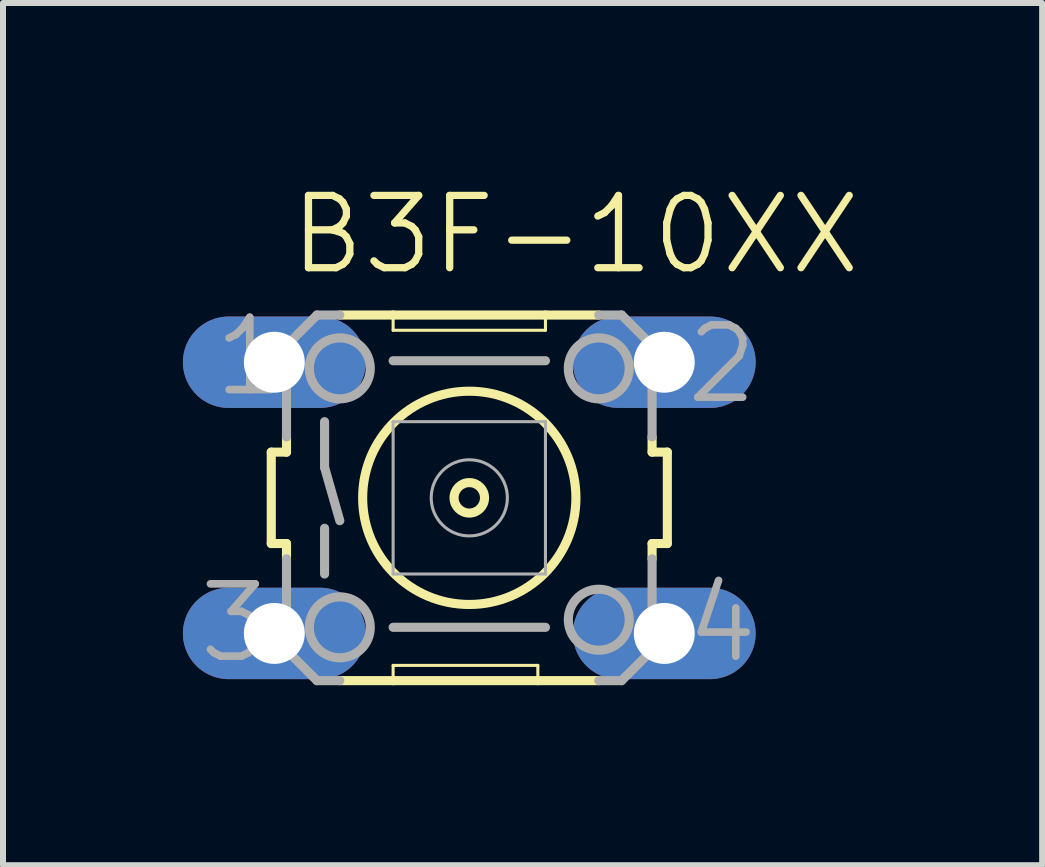
<source format=kicad_pcb>
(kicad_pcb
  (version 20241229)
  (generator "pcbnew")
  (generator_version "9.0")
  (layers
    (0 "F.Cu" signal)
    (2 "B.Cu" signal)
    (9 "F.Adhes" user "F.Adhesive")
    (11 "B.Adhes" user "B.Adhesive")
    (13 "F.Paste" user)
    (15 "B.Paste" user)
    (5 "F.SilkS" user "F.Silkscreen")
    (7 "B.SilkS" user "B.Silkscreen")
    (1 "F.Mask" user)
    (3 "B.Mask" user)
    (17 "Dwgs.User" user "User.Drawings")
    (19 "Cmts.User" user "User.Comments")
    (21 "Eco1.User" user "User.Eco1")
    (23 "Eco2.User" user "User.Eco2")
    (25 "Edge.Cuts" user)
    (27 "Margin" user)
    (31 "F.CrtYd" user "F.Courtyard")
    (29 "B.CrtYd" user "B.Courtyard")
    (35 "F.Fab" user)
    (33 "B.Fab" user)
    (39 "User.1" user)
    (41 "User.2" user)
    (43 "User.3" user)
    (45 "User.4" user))
  (footprint "B3F-10XX"
    (layer "F.Cu")
    (at 4.775 5.251)
    (property "Reference" "B3F-10XX" (at -3.048 -3.683 0) (layer "F.SilkS") (effects (font (size 1.206 1.206) (thickness 0.121)) (justify left bottom)))
    (attr through_hole)
    (fp_line (start -3.302 -0.762) (end -3.302 0.762) (stroke (width 0.152) (type solid)) (layer "F.SilkS"))
    (fp_line (start -3.302 -0.762) (end -3.048 -0.762) (stroke (width 0.152) (type solid)) (layer "F.SilkS"))
    (fp_line (start -3.048 -0.762) (end -3.048 -1.016) (stroke (width 0.152) (type solid)) (layer "F.SilkS"))
    (fp_line (start -3.048 0.762) (end -3.302 0.762) (stroke (width 0.152) (type solid)) (layer "F.SilkS"))
    (fp_line (start -3.048 0.762) (end -3.048 1.016) (stroke (width 0.152) (type solid)) (layer "F.SilkS"))
    (fp_line (start -2.159 3.048) (end -1.27 3.048) (stroke (width 0.152) (type solid)) (layer "F.SilkS"))
    (fp_line (start -1.27 -3.048) (end -2.159 -3.048) (stroke (width 0.152) (type solid)) (layer "F.SilkS"))
    (fp_line (start -1.27 -3.048) (end -1.27 -2.794) (stroke (width 0.051) (type solid)) (layer "F.SilkS"))
    (fp_line (start -1.27 2.794) (end -1.27 3.048) (stroke (width 0.051) (type solid)) (layer "F.SilkS"))
    (fp_line (start -1.27 3.048) (end 1.143 3.048) (stroke (width 0.152) (type solid)) (layer "F.SilkS"))
    (fp_line (start 1.143 2.794) (end -1.27 2.794) (stroke (width 0.051) (type solid)) (layer "F.SilkS"))
    (fp_line (start 1.143 2.794) (end 1.143 3.048) (stroke (width 0.051) (type solid)) (layer "F.SilkS"))
    (fp_line (start 1.143 3.048) (end 2.159 3.048) (stroke (width 0.152) (type solid)) (layer "F.SilkS"))
    (fp_line (start 1.27 -3.048) (end -1.27 -3.048) (stroke (width 0.152) (type solid)) (layer "F.SilkS"))
    (fp_line (start 1.27 -2.794) (end -1.27 -2.794) (stroke (width 0.051) (type solid)) (layer "F.SilkS"))
    (fp_line (start 1.27 -2.794) (end 1.27 -3.048) (stroke (width 0.051) (type solid)) (layer "F.SilkS"))
    (fp_line (start 2.159 -3.048) (end 1.27 -3.048) (stroke (width 0.152) (type solid)) (layer "F.SilkS"))
    (fp_line (start 3.048 -0.762) (end 3.048 -1.016) (stroke (width 0.152) (type solid)) (layer "F.SilkS"))
    (fp_line (start 3.048 -0.762) (end 3.302 -0.762) (stroke (width 0.152) (type solid)) (layer "F.SilkS"))
    (fp_line (start 3.048 0.762) (end 3.048 1.016) (stroke (width 0.152) (type solid)) (layer "F.SilkS"))
    (fp_line (start 3.302 0.762) (end 3.048 0.762) (stroke (width 0.152) (type solid)) (layer "F.SilkS"))
    (fp_line (start 3.302 0.762) (end 3.302 -0.762) (stroke (width 0.152) (type solid)) (layer "F.SilkS"))
    (fp_circle (center 0 0) (end 0.254 0) (stroke (width 0.152) (type solid)) (fill no) (layer "F.SilkS"))
    (fp_circle (center 0 0) (end 1.778 0) (stroke (width 0.152) (type solid)) (fill no) (layer "F.SilkS"))
    (fp_line (start -3.048 -2.54) (end -3.048 -1.016) (stroke (width 0.152) (type solid)) (layer "F.Fab"))
    (fp_line (start -3.048 2.54) (end -3.048 1.016) (stroke (width 0.152) (type solid)) (layer "F.Fab"))
    (fp_line (start -2.54 -3.048) (end -3.048 -2.54) (stroke (width 0.152) (type solid)) (layer "F.Fab"))
    (fp_line (start -2.54 -3.048) (end -2.159 -3.048) (stroke (width 0.152) (type solid)) (layer "F.Fab"))
    (fp_line (start -2.54 3.048) (end -3.048 2.54) (stroke (width 0.152) (type solid)) (layer "F.Fab"))
    (fp_line (start -2.54 3.048) (end -2.159 3.048) (stroke (width 0.152) (type solid)) (layer "F.Fab"))
    (fp_line (start -2.413 -1.27) (end -2.413 -0.508) (stroke (width 0.152) (type solid)) (layer "F.Fab"))
    (fp_line (start -2.413 -0.508) (end -2.159 0.381) (stroke (width 0.152) (type solid)) (layer "F.Fab"))
    (fp_line (start -2.413 0.508) (end -2.413 1.27) (stroke (width 0.152) (type solid)) (layer "F.Fab"))
    (fp_line (start -1.27 -1.27) (end -1.27 1.27) (stroke (width 0.051) (type solid)) (layer "F.Fab"))
    (fp_line (start -1.27 -1.27) (end 1.27 -1.27) (stroke (width 0.051) (type solid)) (layer "F.Fab"))
    (fp_line (start -1.27 2.159) (end 1.27 2.159) (stroke (width 0.152) (type solid)) (layer "F.Fab"))
    (fp_line (start 1.27 -2.286) (end -1.27 -2.286) (stroke (width 0.152) (type solid)) (layer "F.Fab"))
    (fp_line (start 1.27 1.27) (end -1.27 1.27) (stroke (width 0.051) (type solid)) (layer "F.Fab"))
    (fp_line (start 1.27 1.27) (end 1.27 -1.27) (stroke (width 0.051) (type solid)) (layer "F.Fab"))
    (fp_line (start 2.54 -3.048) (end 2.159 -3.048) (stroke (width 0.152) (type solid)) (layer "F.Fab"))
    (fp_line (start 2.54 3.048) (end 2.159 3.048) (stroke (width 0.152) (type solid)) (layer "F.Fab"))
    (fp_line (start 2.54 3.048) (end 3.048 2.54) (stroke (width 0.152) (type solid)) (layer "F.Fab"))
    (fp_line (start 3.048 -2.54) (end 2.54 -3.048) (stroke (width 0.152) (type solid)) (layer "F.Fab"))
    (fp_line (start 3.048 -1.016) (end 3.048 -2.54) (stroke (width 0.152) (type solid)) (layer "F.Fab"))
    (fp_line (start 3.048 2.54) (end 3.048 1.016) (stroke (width 0.152) (type solid)) (layer "F.Fab"))
    (fp_circle (center -2.159 -2.159) (end -1.651 -2.159) (stroke (width 0.152) (type solid)) (fill no) (layer "F.Fab"))
    (fp_circle (center -2.159 2.159) (end -1.651 2.159) (stroke (width 0.152) (type solid)) (fill no) (layer "F.Fab"))
    (fp_circle (center 0 0) (end 0.635 0) (stroke (width 0.051) (type solid)) (fill no) (layer "F.Fab"))
    (fp_circle (center 2.159 -2.159) (end 2.667 -2.159) (stroke (width 0.152) (type solid)) (fill no) (layer "F.Fab"))
    (fp_circle (center 2.159 2.032) (end 2.667 2.032) (stroke (width 0.152) (type solid)) (fill no) (layer "F.Fab"))
    (fp_text user "1" (at -4.318 -1.651 0) (layer "F.Fab") (effects (font (size 1.206 1.206) (thickness 0.127)) (justify left bottom)))
    (fp_text user "4" (at 3.556 2.794 0) (layer "F.Fab") (effects (font (size 1.206 1.206) (thickness 0.127)) (justify left bottom)))
    (fp_text user "2" (at 3.556 -1.524 0) (layer "F.Fab") (effects (font (size 1.206 1.206) (thickness 0.127)) (justify left bottom)))
    (fp_text user "3" (at -4.572 2.794 0) (layer "F.Fab") (effects (font (size 1.206 1.206) (thickness 0.127)) (justify left bottom)))
    (pad "1" thru_hole oval (at -3.251 -2.261) (size 3.048 1.524) (drill 1.016) (layers "*.Cu" "*.Mask"))
    (pad "2" thru_hole oval (at 3.251 -2.261) (size 3.048 1.524) (drill 1.016) (layers "*.Cu" "*.Mask"))
    (pad "3" thru_hole oval (at -3.251 2.261) (size 3.048 1.524) (drill 1.016) (layers "*.Cu" "*.Mask"))
    (pad "4" thru_hole oval (at 3.251 2.261) (size 3.048 1.524) (drill 1.016) (layers "*.Cu" "*.Mask")))
  (gr_rect
    (start -3 -3)
    (end 14.327 11.376)
    (stroke (width 0.1) (type default))
    (fill no)
    (layer "Edge.Cuts")))
</source>
